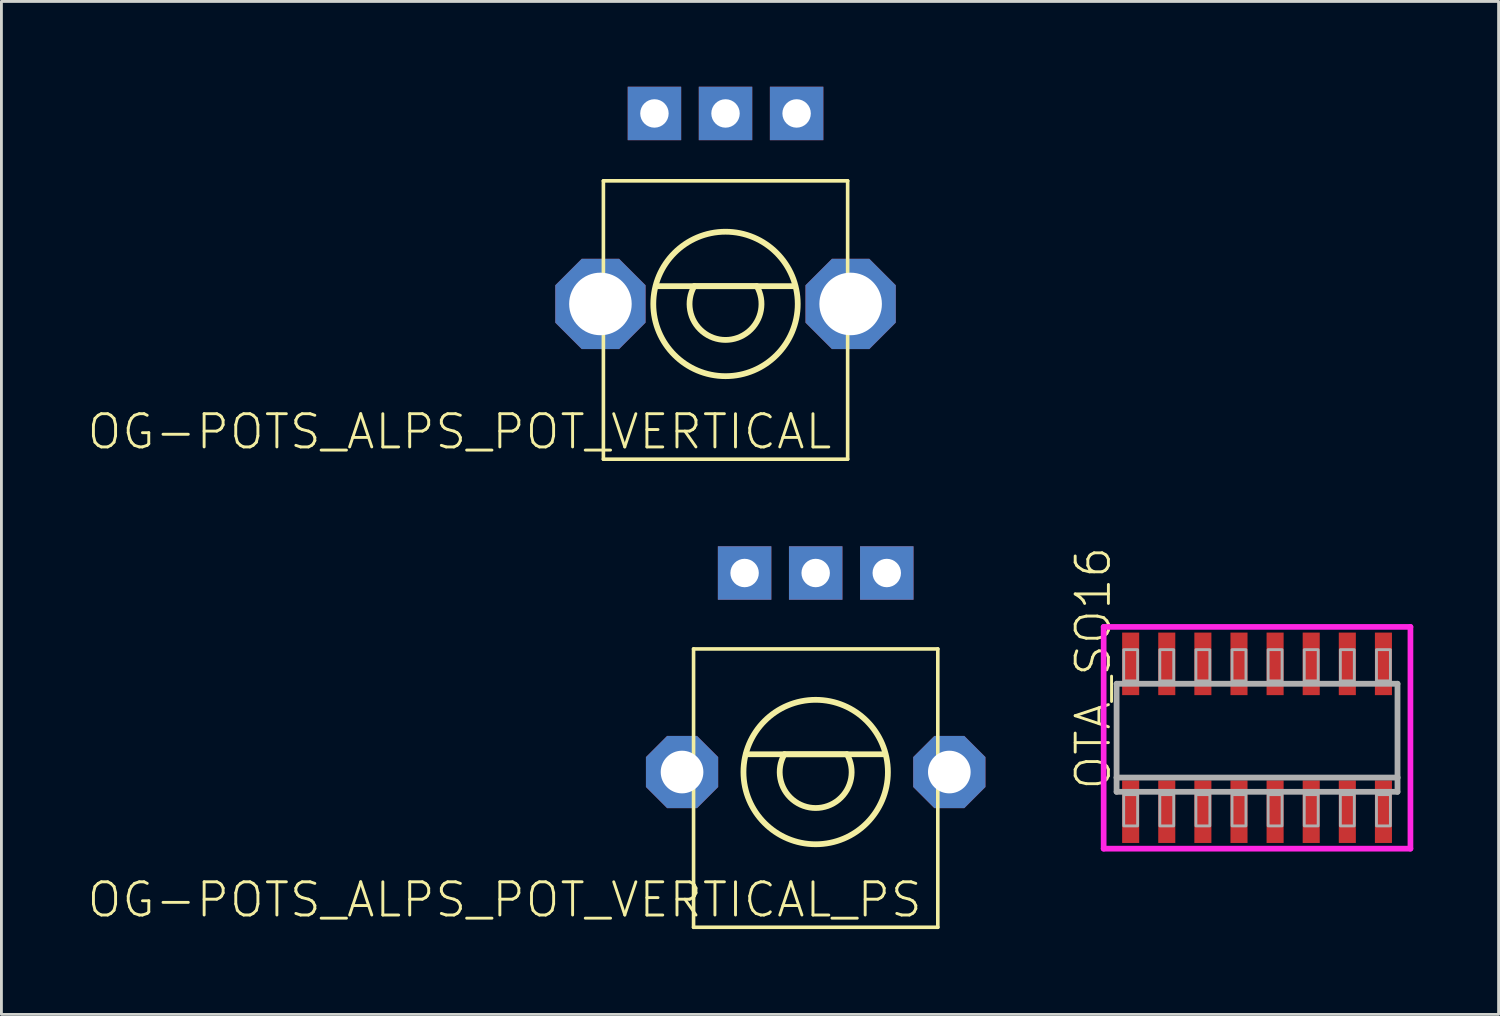
<source format=kicad_pcb>
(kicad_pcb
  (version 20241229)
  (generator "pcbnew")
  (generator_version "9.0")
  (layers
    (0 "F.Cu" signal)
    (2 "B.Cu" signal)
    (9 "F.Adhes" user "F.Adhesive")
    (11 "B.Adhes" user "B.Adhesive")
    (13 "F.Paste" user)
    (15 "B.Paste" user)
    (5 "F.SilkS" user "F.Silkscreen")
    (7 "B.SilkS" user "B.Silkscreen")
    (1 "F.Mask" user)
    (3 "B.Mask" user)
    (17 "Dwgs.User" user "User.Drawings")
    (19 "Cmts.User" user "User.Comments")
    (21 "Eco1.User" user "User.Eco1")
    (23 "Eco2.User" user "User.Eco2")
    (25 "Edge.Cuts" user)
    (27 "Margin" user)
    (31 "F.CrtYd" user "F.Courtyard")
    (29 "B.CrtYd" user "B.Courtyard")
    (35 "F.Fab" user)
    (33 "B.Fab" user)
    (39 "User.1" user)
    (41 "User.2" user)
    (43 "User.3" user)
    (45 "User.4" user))
  (footprint "OTA_SO16"
    (layer "F.Cu")
    (at 41.161 22.898)
    (property "Reference" "OTA_SO16" (at -5.08 1.905 90) (unlocked yes) (layer "F.SilkS") (effects (font (size 1.168 1.168) (thickness 0.102)) (justify left bottom)))
    (fp_line (start -5.395 -3.9) (end 5.395 -3.9) (stroke (width 0.2) (type solid)) (layer "F.CrtYd"))
    (fp_line (start -5.395 3.9) (end -5.395 -3.9) (stroke (width 0.2) (type solid)) (layer "F.CrtYd"))
    (fp_line (start 5.395 -3.9) (end 5.395 3.9) (stroke (width 0.2) (type solid)) (layer "F.CrtYd"))
    (fp_line (start 5.395 3.9) (end -5.395 3.9) (stroke (width 0.2) (type solid)) (layer "F.CrtYd"))
    (fp_line (start -4.94 -1.9) (end 4.94 -1.9) (stroke (width 0.203) (type solid)) (layer "F.Fab"))
    (fp_line (start -4.94 1.4) (end -4.94 -1.9) (stroke (width 0.203) (type solid)) (layer "F.Fab"))
    (fp_line (start -4.94 1.9) (end -4.94 1.4) (stroke (width 0.203) (type solid)) (layer "F.Fab"))
    (fp_line (start 4.94 -1.9) (end 4.94 1.4) (stroke (width 0.203) (type solid)) (layer "F.Fab"))
    (fp_line (start 4.94 1.4) (end -4.94 1.4) (stroke (width 0.203) (type solid)) (layer "F.Fab"))
    (fp_line (start 4.94 1.4) (end 4.94 1.9) (stroke (width 0.203) (type solid)) (layer "F.Fab"))
    (fp_line (start 4.94 1.9) (end -4.94 1.9) (stroke (width 0.203) (type solid)) (layer "F.Fab"))
    (fp_poly (pts (xy -4.69 -2) (xy -4.2 -2) (xy -4.2 -3.1) (xy -4.69 -3.1)) (stroke (width 0.1) (type default)) (fill no) (layer "F.Fab"))
    (fp_poly (pts (xy -4.69 3.1) (xy -4.2 3.1) (xy -4.2 2) (xy -4.69 2)) (stroke (width 0.1) (type default)) (fill no) (layer "F.Fab"))
    (fp_poly (pts (xy -3.42 -2) (xy -2.93 -2) (xy -2.93 -3.1) (xy -3.42 -3.1)) (stroke (width 0.1) (type default)) (fill no) (layer "F.Fab"))
    (fp_poly (pts (xy -3.42 3.1) (xy -2.93 3.1) (xy -2.93 2) (xy -3.42 2)) (stroke (width 0.1) (type default)) (fill no) (layer "F.Fab"))
    (fp_poly (pts (xy -2.15 -2) (xy -1.66 -2) (xy -1.66 -3.1) (xy -2.15 -3.1)) (stroke (width 0.1) (type default)) (fill no) (layer "F.Fab"))
    (fp_poly (pts (xy -2.15 3.1) (xy -1.66 3.1) (xy -1.66 2) (xy -2.15 2)) (stroke (width 0.1) (type default)) (fill no) (layer "F.Fab"))
    (fp_poly (pts (xy -0.88 -2) (xy -0.39 -2) (xy -0.39 -3.1) (xy -0.88 -3.1)) (stroke (width 0.1) (type default)) (fill no) (layer "F.Fab"))
    (fp_poly (pts (xy -0.88 3.1) (xy -0.39 3.1) (xy -0.39 2) (xy -0.88 2)) (stroke (width 0.1) (type default)) (fill no) (layer "F.Fab"))
    (fp_poly (pts (xy 0.39 -2) (xy 0.88 -2) (xy 0.88 -3.1) (xy 0.39 -3.1)) (stroke (width 0.1) (type default)) (fill no) (layer "F.Fab"))
    (fp_poly (pts (xy 0.39 3.1) (xy 0.88 3.1) (xy 0.88 2) (xy 0.39 2)) (stroke (width 0.1) (type default)) (fill no) (layer "F.Fab"))
    (fp_poly (pts (xy 1.66 -2) (xy 2.15 -2) (xy 2.15 -3.1) (xy 1.66 -3.1)) (stroke (width 0.1) (type default)) (fill no) (layer "F.Fab"))
    (fp_poly (pts (xy 1.66 3.1) (xy 2.15 3.1) (xy 2.15 2) (xy 1.66 2)) (stroke (width 0.1) (type default)) (fill no) (layer "F.Fab"))
    (fp_poly (pts (xy 2.93 -2) (xy 3.42 -2) (xy 3.42 -3.1) (xy 2.93 -3.1)) (stroke (width 0.1) (type default)) (fill no) (layer "F.Fab"))
    (fp_poly (pts (xy 2.93 3.1) (xy 3.42 3.1) (xy 3.42 2) (xy 2.93 2)) (stroke (width 0.1) (type default)) (fill no) (layer "F.Fab"))
    (fp_poly (pts (xy 4.2 -2) (xy 4.69 -2) (xy 4.69 -3.1) (xy 4.2 -3.1)) (stroke (width 0.1) (type default)) (fill no) (layer "F.Fab"))
    (fp_poly (pts (xy 4.2 3.1) (xy 4.69 3.1) (xy 4.69 2) (xy 4.2 2)) (stroke (width 0.1) (type default)) (fill no) (layer "F.Fab"))
    (pad "1" smd rect (at -4.445 2.6) (size 0.6 2.2) (layers "F.Cu" "F.Mask" "F.Paste"))
    (pad "2" smd rect (at -3.175 2.6) (size 0.6 2.2) (layers "F.Cu" "F.Mask" "F.Paste"))
    (pad "3" smd rect (at -1.905 2.6) (size 0.6 2.2) (layers "F.Cu" "F.Mask" "F.Paste"))
    (pad "4" smd rect (at -0.635 2.6) (size 0.6 2.2) (layers "F.Cu" "F.Mask" "F.Paste"))
    (pad "5" smd rect (at 0.635 2.6) (size 0.6 2.2) (layers "F.Cu" "F.Mask" "F.Paste"))
    (pad "6" smd rect (at 1.905 2.6) (size 0.6 2.2) (layers "F.Cu" "F.Mask" "F.Paste"))
    (pad "7" smd rect (at 3.175 2.6) (size 0.6 2.2) (layers "F.Cu" "F.Mask" "F.Paste"))
    (pad "8" smd rect (at 4.445 2.6) (size 0.6 2.2) (layers "F.Cu" "F.Mask" "F.Paste"))
    (pad "9" smd rect (at 4.445 -2.6) (size 0.6 2.2) (layers "F.Cu" "F.Mask" "F.Paste"))
    (pad "10" smd rect (at 3.175 -2.6) (size 0.6 2.2) (layers "F.Cu" "F.Mask" "F.Paste"))
    (pad "11" smd rect (at 1.905 -2.6) (size 0.6 2.2) (layers "F.Cu" "F.Mask" "F.Paste"))
    (pad "12" smd rect (at 0.635 -2.6) (size 0.6 2.2) (layers "F.Cu" "F.Mask" "F.Paste"))
    (pad "13" smd rect (at -0.635 -2.6) (size 0.6 2.2) (layers "F.Cu" "F.Mask" "F.Paste"))
    (pad "14" smd rect (at -1.905 -2.6) (size 0.6 2.2) (layers "F.Cu" "F.Mask" "F.Paste"))
    (pad "15" smd rect (at -3.175 -2.6) (size 0.6 2.2) (layers "F.Cu" "F.Mask" "F.Paste"))
    (pad "16" smd rect (at -4.445 -2.6) (size 0.6 2.2) (layers "F.Cu" "F.Mask" "F.Paste")))
  (footprint "OG-POTS_ALPS_POT_VERTICAL_PS"
    (layer "F.Cu")
    (at 25.638 24.103)
    (property "Reference" "OG-POTS_ALPS_POT_VERTICAL_PS" (at 3.81 3.81 0) (unlocked yes) (layer "F.SilkS") (effects (font (size 1.168 1.168) (thickness 0.102)) (justify right top)))
    (fp_line (start -4.295 -4.33) (end 4.295 -4.33) (stroke (width 0.127) (type solid)) (layer "F.SilkS"))
    (fp_line (start -4.295 5.46) (end -4.295 -4.33) (stroke (width 0.127) (type solid)) (layer "F.SilkS"))
    (fp_line (start -2.45 -0.625) (end 2.425 -0.625) (stroke (width 0.203) (type solid)) (layer "F.SilkS"))
    (fp_line (start -1.1 -0.625) (end 1.1 -0.625) (stroke (width 0.203) (type solid)) (layer "F.SilkS"))
    (fp_line (start 4.295 -4.33) (end 4.295 5.46) (stroke (width 0.127) (type solid)) (layer "F.SilkS"))
    (fp_line (start 4.295 5.46) (end -4.295 5.46) (stroke (width 0.127) (type solid)) (layer "F.SilkS"))
    (fp_arc (start 1.1 -0.625) (mid 0 1.265158) (end -1.1 -0.625) (stroke (width 0.2032) (type solid)) (layer "F.SilkS"))
    (fp_circle (center 0 0) (end 2.54 0) (stroke (width 0.203) (type solid)) (fill no) (layer "F.SilkS"))
    (pad "P$1" thru_hole rect (at -2.5 -7 270) (size 1.88 1.88) (drill 1) (layers "*.Cu" "*.Mask"))
    (pad "P$2" thru_hole rect (at 0 -7 270) (size 1.88 1.88) (drill 1) (layers "*.Cu" "*.Mask"))
    (pad "P$3" thru_hole rect (at 2.5 -7 270) (size 1.88 1.88) (drill 1) (layers "*.Cu" "*.Mask"))
    (pad "P$4" thru_hole roundrect (at -4.7 0 270) (size 2.54 2.54) (drill 1.5) (layers "*.Cu" "*.Mask") (roundrect_rratio 0.25) (chamfer_ratio 0.293) (chamfer top_left top_right bottom_left bottom_right))
    (pad "P$5" thru_hole roundrect (at 4.7 0 270) (size 2.54 2.54) (drill 1.5) (layers "*.Cu" "*.Mask") (roundrect_rratio 0.25) (chamfer_ratio 0.293) (chamfer top_left top_right bottom_left bottom_right)))
  (footprint "OG-POTS_ALPS_POT_VERTICAL"
    (layer "F.Cu")
    (at 22.467 7.64)
    (property "Reference" "OG-POTS_ALPS_POT_VERTICAL" (at 3.81 3.81 0) (unlocked yes) (layer "F.SilkS") (effects (font (size 1.168 1.168) (thickness 0.102)) (justify right top)))
    (fp_line (start -4.295 -4.33) (end 4.295 -4.33) (stroke (width 0.127) (type solid)) (layer "F.SilkS"))
    (fp_line (start -4.295 5.46) (end -4.295 -4.33) (stroke (width 0.127) (type solid)) (layer "F.SilkS"))
    (fp_line (start -2.45 -0.625) (end 2.425 -0.625) (stroke (width 0.203) (type solid)) (layer "F.SilkS"))
    (fp_line (start -1.1 -0.625) (end 1.1 -0.625) (stroke (width 0.203) (type solid)) (layer "F.SilkS"))
    (fp_line (start 4.295 -4.33) (end 4.295 5.46) (stroke (width 0.127) (type solid)) (layer "F.SilkS"))
    (fp_line (start 4.295 5.46) (end -4.295 5.46) (stroke (width 0.127) (type solid)) (layer "F.SilkS"))
    (fp_arc (start 1.1 -0.625) (mid 0 1.265158) (end -1.1 -0.625) (stroke (width 0.2032) (type solid)) (layer "F.SilkS"))
    (fp_circle (center 0 0) (end 2.54 0) (stroke (width 0.203) (type solid)) (fill no) (layer "F.SilkS"))
    (pad "P$1" thru_hole rect (at -2.5 -6.7 270) (size 1.88 1.88) (drill 1) (layers "*.Cu" "*.Mask"))
    (pad "P$2" thru_hole rect (at 0 -6.7 270) (size 1.88 1.88) (drill 1) (layers "*.Cu" "*.Mask"))
    (pad "P$3" thru_hole rect (at 2.5 -6.7 270) (size 1.88 1.88) (drill 1) (layers "*.Cu" "*.Mask"))
    (pad "P$4" thru_hole roundrect (at -4.4 0 270) (size 3.175 3.175) (drill 2.2) (layers "*.Cu" "*.Mask") (roundrect_rratio 0.25) (chamfer_ratio 0.293) (chamfer top_left top_right bottom_left bottom_right))
    (pad "P$5" thru_hole roundrect (at 4.4 0 270) (size 3.175 3.175) (drill 2.2) (layers "*.Cu" "*.Mask") (roundrect_rratio 0.25) (chamfer_ratio 0.293) (chamfer top_left top_right bottom_left bottom_right)))
  (gr_rect
    (start -3 -3)
    (end 49.656 32.627)
    (stroke (width 0.1) (type default))
    (fill no)
    (layer "Edge.Cuts")))
</source>
